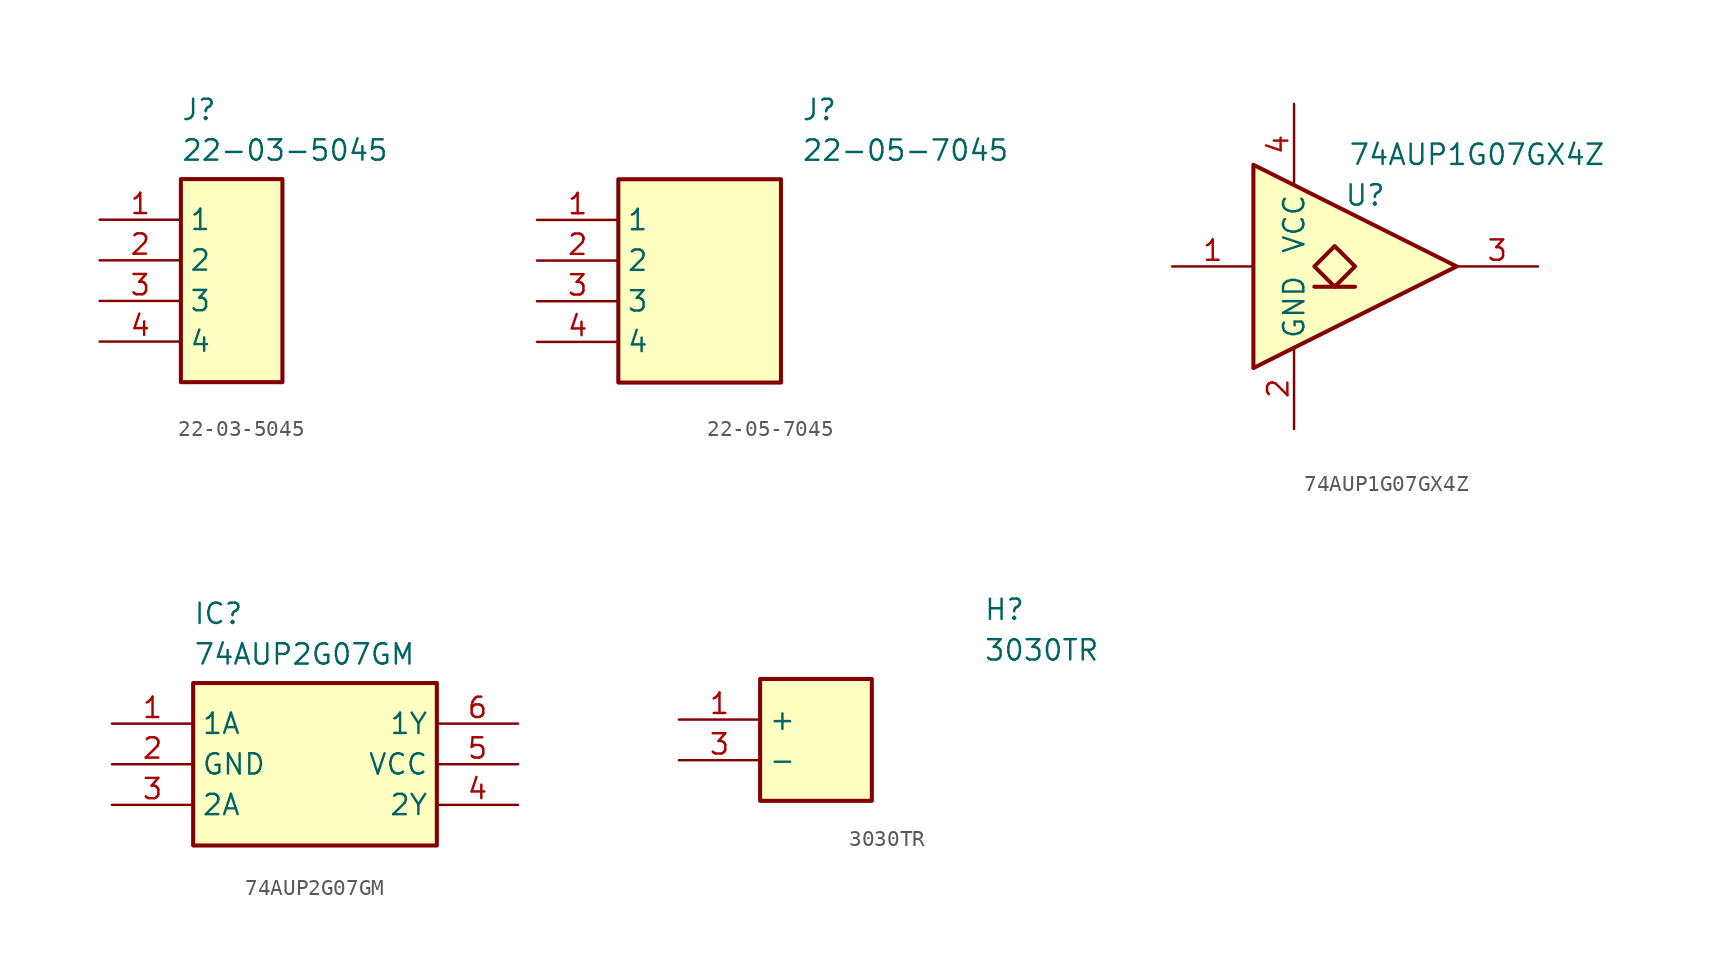
<source format=kicad_sym>
(kicad_symbol_lib
  (version 20231120)
  (generator "kicad_symbol_editor")
  (generator_version "8.0")
  (symbol "22-03-5045"
    (property "Reference" "J"
      (at 5.08 7.62 0)
      (effects (font (size 1.27 1.27)) (justify left top)))
    (property "Value" "22-03-5045"
      (at 5.08 5.08 0)
      (effects (font (size 1.27 1.27)) (justify left top)))
    (symbol "22-03-5045_1_1"
      (rectangle (start 5.08 2.54) (end 11.43 -10.16) (stroke (width 0.254) (type default)) (fill (type background)))
      (pin passive line (at 0 0 0) (length 5.08) (name "1" (effects (font (size 1.27 1.27)))) (number "1" (effects (font (size 1.27 1.27)))))
      (pin passive line (at 0 -2.54 0) (length 5.08) (name "2" (effects (font (size 1.27 1.27)))) (number "2" (effects (font (size 1.27 1.27)))))
      (pin passive line (at 0 -5.08 0) (length 5.08) (name "3" (effects (font (size 1.27 1.27)))) (number "3" (effects (font (size 1.27 1.27)))))
      (pin passive line (at 0 -7.62 0) (length 5.08) (name "4" (effects (font (size 1.27 1.27)))) (number "4" (effects (font (size 1.27 1.27)))))))
  (symbol "22-05-7045"
    (property "Reference" "J"
      (at 16.51 7.62 0)
      (effects (font (size 1.27 1.27)) (justify left top)))
    (property "Value" "22-05-7045"
      (at 16.51 5.08 0)
      (effects (font (size 1.27 1.27)) (justify left top)))
    (symbol "22-05-7045_1_1"
      (rectangle (start 5.08 2.54) (end 15.24 -10.16) (stroke (width 0.254) (type default)) (fill (type background)))
      (pin passive line (at 0 0 0) (length 5.08) (name "1" (effects (font (size 1.27 1.27)))) (number "1" (effects (font (size 1.27 1.27)))))
      (pin passive line (at 0 -2.54 0) (length 5.08) (name "2" (effects (font (size 1.27 1.27)))) (number "2" (effects (font (size 1.27 1.27)))))
      (pin passive line (at 0 -5.08 0) (length 5.08) (name "3" (effects (font (size 1.27 1.27)))) (number "3" (effects (font (size 1.27 1.27)))))
      (pin passive line (at 0 -7.62 0) (length 5.08) (name "4" (effects (font (size 1.27 1.27)))) (number "4" (effects (font (size 1.27 1.27)))))))
  (symbol "74AUP1G07GX4Z"
    (property "Reference" "U"
      (at -0.635 4.445 0)
      (effects (font (size 1.27 1.27))))
    (property "Value" "74AUP1G07GX4Z"
      (at 6.35 6.985 0)
      (effects (font (size 1.27 1.27))))
    (symbol "74AUP1G07GX4Z_0_1"
      (polyline (pts (xy -3.81 -1.27) (xy -1.27 -1.27)) (stroke (width 0.254) (type default)) (fill (type background)))
      (polyline (pts (xy -7.62 6.35) (xy -7.62 -6.35) (xy 5.08 0) (xy -7.62 6.35)) (stroke (width 0.254) (type default)) (fill (type background)))
      (polyline (pts (xy -2.54 1.27) (xy -3.81 0) (xy -2.54 -1.27) (xy -1.27 0) (xy -2.54 1.27)) (stroke (width 0.254) (type default)) (fill (type background))))
    (symbol "74AUP1G07GX4Z_1_1"
      (pin input line (at -12.7 0 0) (length 5.08) (name "~" (effects (font (size 1.27 1.27)))) (number "1" (effects (font (size 1.27 1.27)))))
      (pin power_in line (at -5.08 -10.16 90) (length 5.08) (name "GND" (effects (font (size 1.27 1.27)))) (number "2" (effects (font (size 1.27 1.27)))))
      (pin open_collector line (at 10.16 0 180) (length 5.08) (name "~" (effects (font (size 1.27 1.27)))) (number "3" (effects (font (size 1.27 1.27)))))
      (pin power_in line (at -5.08 10.16 270) (length 5.08) (name "VCC" (effects (font (size 1.27 1.27)))) (number "4" (effects (font (size 1.27 1.27)))))))
  (symbol "74AUP2G07GM"
    (property "Reference" "IC"
      (at 5.08 7.62 0)
      (effects (font (size 1.27 1.27)) (justify left top)))
    (property "Value" "74AUP2G07GM"
      (at 5.08 5.08 0)
      (effects (font (size 1.27 1.27)) (justify left top)))
    (symbol "74AUP2G07GM_1_1"
      (rectangle (start 5.08 2.54) (end 20.32 -7.62) (stroke (width 0.254) (type default)) (fill (type background)))
      (pin passive line (at 0 0 0) (length 5.08) (name "1A" (effects (font (size 1.27 1.27)))) (number "1" (effects (font (size 1.27 1.27)))))
      (pin power_in line (at 0 -2.54 0) (length 5.08) (name "GND" (effects (font (size 1.27 1.27)))) (number "2" (effects (font (size 1.27 1.27)))))
      (pin passive line (at 0 -5.08 0) (length 5.08) (name "2A" (effects (font (size 1.27 1.27)))) (number "3" (effects (font (size 1.27 1.27)))))
      (pin passive line (at 25.4 -5.08 180) (length 5.08) (name "2Y" (effects (font (size 1.27 1.27)))) (number "4" (effects (font (size 1.27 1.27)))))
      (pin power_in line (at 25.4 -2.54 180) (length 5.08) (name "VCC" (effects (font (size 1.27 1.27)))) (number "5" (effects (font (size 1.27 1.27)))))
      (pin passive line (at 25.4 0 180) (length 5.08) (name "1Y" (effects (font (size 1.27 1.27)))) (number "6" (effects (font (size 1.27 1.27)))))))
  (symbol "3030TR"
    (property "Reference" "H"
      (at 19.05 7.62 0)
      (effects (font (size 1.27 1.27)) (justify left top)))
    (property "Value" "3030TR"
      (at 19.05 5.08 0)
      (effects (font (size 1.27 1.27)) (justify left top)))
    (symbol "3030TR_1_1"
      (rectangle (start 5.08 2.54) (end 12.065 -5.08) (stroke (width 0.254) (type default)) (fill (type background)))
      (pin passive line (at 0 0 0) (length 5.08) (name "+" (effects (font (size 1.27 1.27)))) (number "1" (effects (font (size 1.27 1.27)))))
      (pin passive line (at 0 0 0) (length 5.08) hide (name "+" (effects (font (size 1.27 1.27)))) (number "2" (effects (font (size 1.27 1.27)))))
      (pin passive line (at 0 -2.54 0) (length 5.08) (name "-" (effects (font (size 1.27 1.27)))) (number "3" (effects (font (size 1.27 1.27))))))))
</source>
